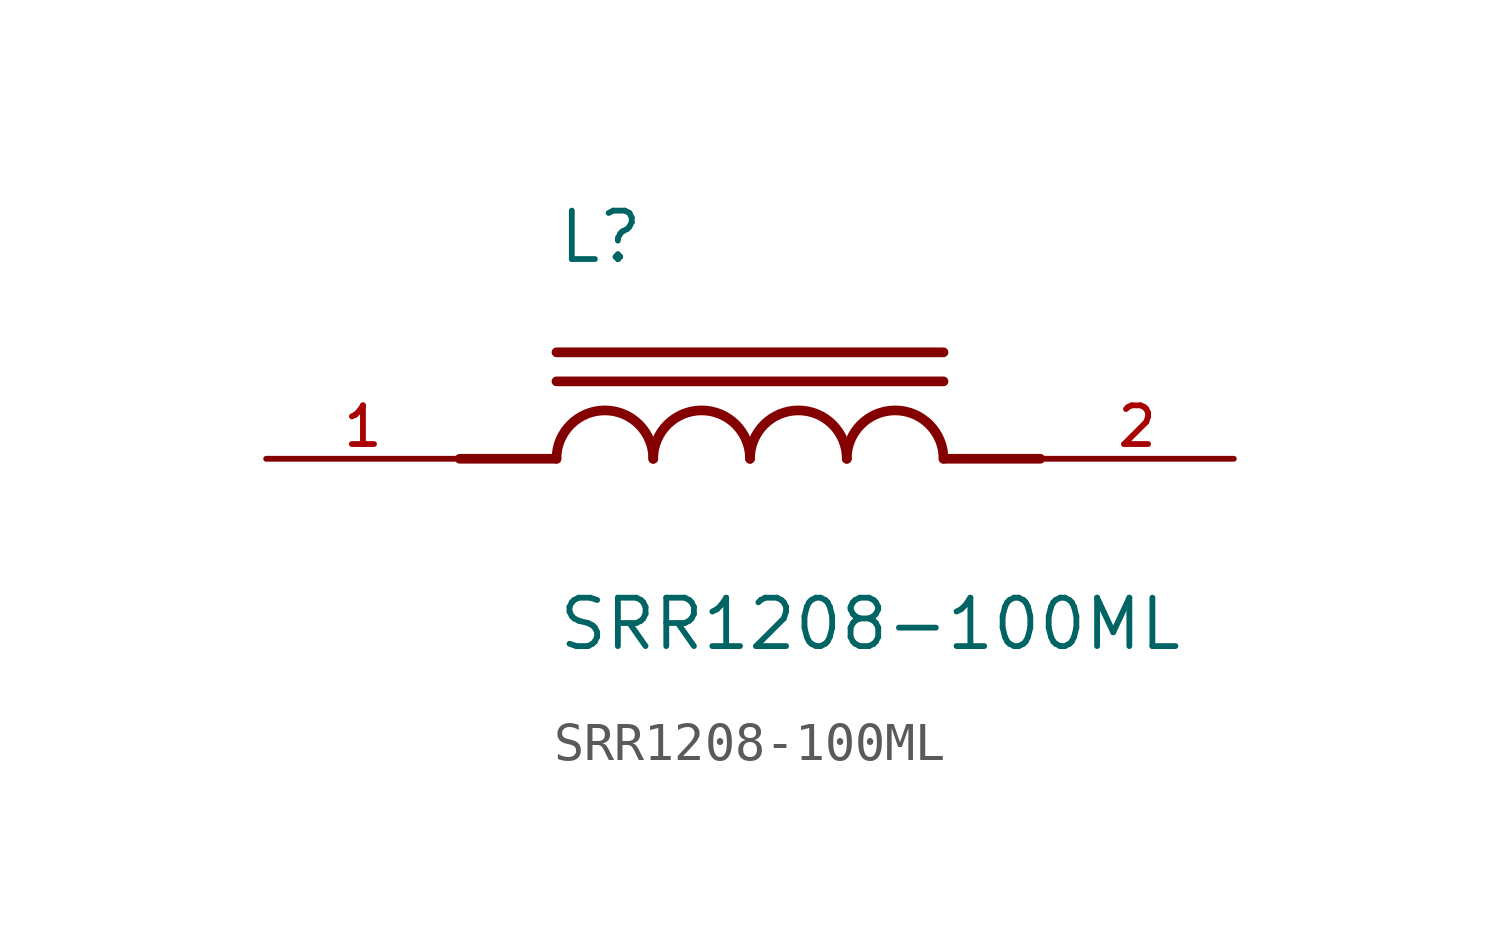
<source format=kicad_sym>
(kicad_symbol_lib
  (version 20211014)
  (generator kicad_symbol_editor)
  (symbol "SRR1208-100ML"
    (pin_names
      (offset 1.016))
    (property "Reference" "L"
      (at -5.08 5.08 0)
      (effects (font (size 1.27 1.27)) (justify bottom left)))
    (property "Value" "SRR1208-100ML"
      (at -5.08 -5.08 0)
      (effects (font (size 1.27 1.27)) (justify bottom left)))
    (symbol "SRR1208-100ML_0_0"
      (polyline (pts (xy -5.08 0.0) (xy -7.62 0.0)) (stroke (width 0.254)))
      (polyline (pts (xy 5.08 0.0) (xy 7.62 0.0)) (stroke (width 0.254)))
      (arc (start -2.54 0.0) (mid -3.81 1.27) (end -5.08 0.0) (stroke (width 0.254) (type default) (color 0 0 0 0)) (fill (type none)))
      (arc (start 0.0 0.0) (mid -1.27 1.27) (end -2.54 0.0) (stroke (width 0.254) (type default) (color 0 0 0 0)) (fill (type none)))
      (arc (start 2.54 0.0) (mid 1.27 1.27) (end 0.0 0.0) (stroke (width 0.254) (type default) (color 0 0 0 0)) (fill (type none)))
      (arc (start 5.08 0.0) (mid 3.81 1.27) (end 2.54 0.0) (stroke (width 0.254) (type default) (color 0 0 0 0)) (fill (type none)))
      (polyline (pts (xy -5.08 2.032) (xy 5.08 2.032)) (stroke (width 0.254)))
      (polyline (pts (xy -5.08 2.794) (xy 5.08 2.794)) (stroke (width 0.254)))
      (pin passive line (at -12.7 0.0 0) (length 5.08) (name "~" (effects (font (size 1.016 1.016)))) (number "1" (effects (font (size 1.016 1.016)))))
      (pin passive line (at 12.7 0.0 180.0) (length 5.08) (name "~" (effects (font (size 1.016 1.016)))) (number "2" (effects (font (size 1.016 1.016))))))))
</source>
